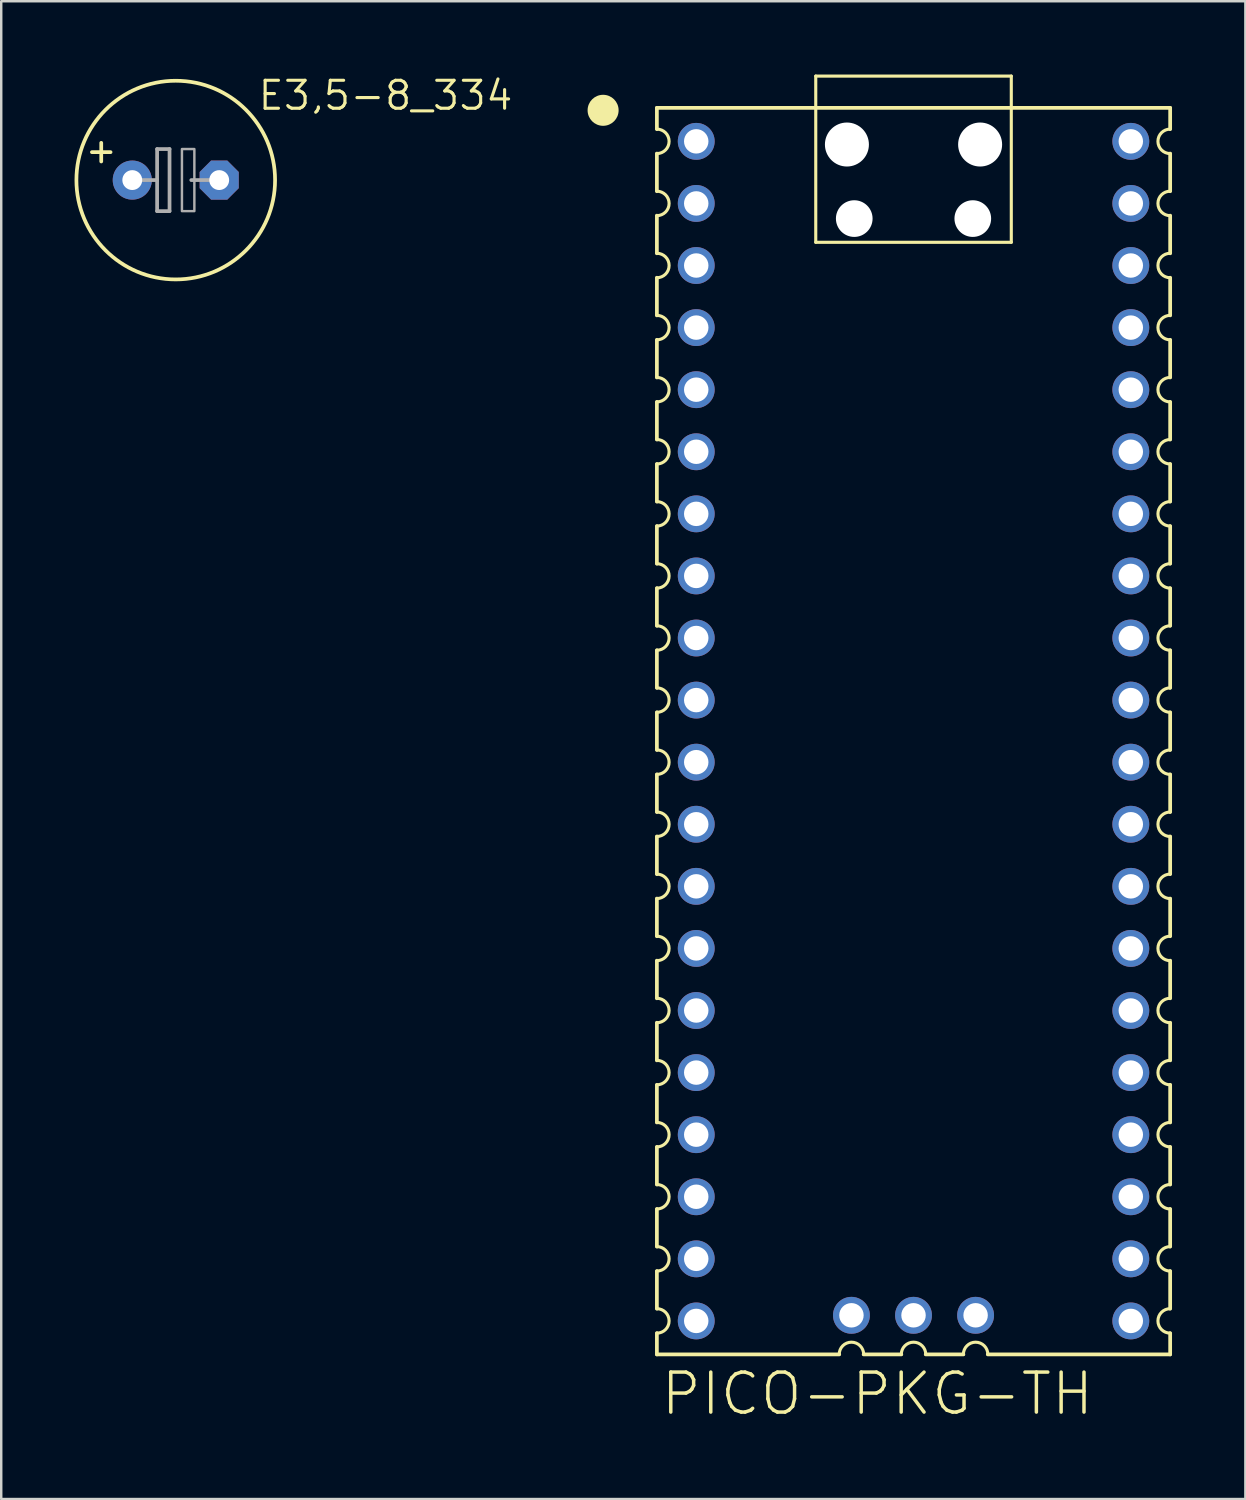
<source format=kicad_pcb>
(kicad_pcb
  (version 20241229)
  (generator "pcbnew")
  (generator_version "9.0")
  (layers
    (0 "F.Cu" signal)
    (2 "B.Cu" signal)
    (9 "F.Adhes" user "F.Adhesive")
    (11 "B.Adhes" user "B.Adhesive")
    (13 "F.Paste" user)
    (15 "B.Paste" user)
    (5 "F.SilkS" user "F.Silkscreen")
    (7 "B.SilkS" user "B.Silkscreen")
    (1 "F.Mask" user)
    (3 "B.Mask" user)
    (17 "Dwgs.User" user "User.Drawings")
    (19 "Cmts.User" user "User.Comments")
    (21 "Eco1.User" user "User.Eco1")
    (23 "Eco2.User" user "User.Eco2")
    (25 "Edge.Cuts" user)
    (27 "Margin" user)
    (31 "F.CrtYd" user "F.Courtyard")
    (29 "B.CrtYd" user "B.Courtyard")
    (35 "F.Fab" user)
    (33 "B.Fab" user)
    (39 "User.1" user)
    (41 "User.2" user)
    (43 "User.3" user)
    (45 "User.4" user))
  (footprint "PICO-PKG-TH"
    (layer "F.Cu")
    (at 34.325 26.863)
    (property "Reference" "PICO-PKG-TH" (at -10.414 28.067 0) (unlocked yes) (layer "F.SilkS") (effects (font (size 1.636 1.636) (thickness 0.142)) (justify left bottom)))
    (fp_line (start -10.5 -25.5) (end -10.5 -24.63) (stroke (width 0.152) (type solid)) (layer "F.SilkS"))
    (fp_line (start -10.5 -25.5) (end 10.5 -25.5) (stroke (width 0.152) (type solid)) (layer "F.SilkS"))
    (fp_line (start -10.5 -23.63) (end -10.5 -22.09) (stroke (width 0.152) (type solid)) (layer "F.SilkS"))
    (fp_line (start -10.5 -21.09) (end -10.5 -19.55) (stroke (width 0.152) (type solid)) (layer "F.SilkS"))
    (fp_line (start -10.5 -18.55) (end -10.5 -17.01) (stroke (width 0.152) (type solid)) (layer "F.SilkS"))
    (fp_line (start -10.5 -16.01) (end -10.5 -14.47) (stroke (width 0.152) (type solid)) (layer "F.SilkS"))
    (fp_line (start -10.5 -13.47) (end -10.5 -11.93) (stroke (width 0.152) (type solid)) (layer "F.SilkS"))
    (fp_line (start -10.5 -10.93) (end -10.5 -9.39) (stroke (width 0.152) (type solid)) (layer "F.SilkS"))
    (fp_line (start -10.5 -8.39) (end -10.5 -6.85) (stroke (width 0.152) (type solid)) (layer "F.SilkS"))
    (fp_line (start -10.5 -5.85) (end -10.5 -4.31) (stroke (width 0.152) (type solid)) (layer "F.SilkS"))
    (fp_line (start -10.5 -3.31) (end -10.5 -1.77) (stroke (width 0.152) (type solid)) (layer "F.SilkS"))
    (fp_line (start -10.5 -0.77) (end -10.5 0.77) (stroke (width 0.152) (type solid)) (layer "F.SilkS"))
    (fp_line (start -10.5 1.77) (end -10.5 3.31) (stroke (width 0.152) (type solid)) (layer "F.SilkS"))
    (fp_line (start -10.5 4.31) (end -10.5 5.85) (stroke (width 0.152) (type solid)) (layer "F.SilkS"))
    (fp_line (start -10.5 6.85) (end -10.5 8.39) (stroke (width 0.152) (type solid)) (layer "F.SilkS"))
    (fp_line (start -10.5 9.39) (end -10.5 10.93) (stroke (width 0.152) (type solid)) (layer "F.SilkS"))
    (fp_line (start -10.5 11.93) (end -10.5 13.47) (stroke (width 0.152) (type solid)) (layer "F.SilkS"))
    (fp_line (start -10.5 14.47) (end -10.5 16.01) (stroke (width 0.152) (type solid)) (layer "F.SilkS"))
    (fp_line (start -10.5 17.01) (end -10.5 18.55) (stroke (width 0.152) (type solid)) (layer "F.SilkS"))
    (fp_line (start -10.5 19.55) (end -10.5 21.09) (stroke (width 0.152) (type solid)) (layer "F.SilkS"))
    (fp_line (start -10.5 22.09) (end -10.5 23.63) (stroke (width 0.152) (type solid)) (layer "F.SilkS"))
    (fp_line (start -10.5 24.63) (end -10.5 25.5) (stroke (width 0.152) (type solid)) (layer "F.SilkS"))
    (fp_line (start -4 -26.8) (end 4 -26.8) (stroke (width 0.127) (type solid)) (layer "F.SilkS"))
    (fp_line (start -4 -20) (end -4 -26.8) (stroke (width 0.127) (type solid)) (layer "F.SilkS"))
    (fp_line (start -3.04 25.5) (end -10.5 25.5) (stroke (width 0.152) (type solid)) (layer "F.SilkS"))
    (fp_line (start -0.5 25.5) (end -2.04 25.5) (stroke (width 0.152) (type solid)) (layer "F.SilkS"))
    (fp_line (start 2.04 25.5) (end 0.5 25.5) (stroke (width 0.152) (type solid)) (layer "F.SilkS"))
    (fp_line (start 4 -26.8) (end 4 -20) (stroke (width 0.127) (type solid)) (layer "F.SilkS"))
    (fp_line (start 4 -20) (end -4 -20) (stroke (width 0.127) (type solid)) (layer "F.SilkS"))
    (fp_line (start 10.5 -24.63) (end 10.5 -25.5) (stroke (width 0.152) (type solid)) (layer "F.SilkS"))
    (fp_line (start 10.5 -22.09) (end 10.5 -23.63) (stroke (width 0.152) (type solid)) (layer "F.SilkS"))
    (fp_line (start 10.5 -19.55) (end 10.5 -21.09) (stroke (width 0.152) (type solid)) (layer "F.SilkS"))
    (fp_line (start 10.5 -17.01) (end 10.5 -18.55) (stroke (width 0.152) (type solid)) (layer "F.SilkS"))
    (fp_line (start 10.5 -14.47) (end 10.5 -16.01) (stroke (width 0.152) (type solid)) (layer "F.SilkS"))
    (fp_line (start 10.5 -11.93) (end 10.5 -13.47) (stroke (width 0.152) (type solid)) (layer "F.SilkS"))
    (fp_line (start 10.5 -9.39) (end 10.5 -10.93) (stroke (width 0.152) (type solid)) (layer "F.SilkS"))
    (fp_line (start 10.5 -6.85) (end 10.5 -8.39) (stroke (width 0.152) (type solid)) (layer "F.SilkS"))
    (fp_line (start 10.5 -4.31) (end 10.5 -5.85) (stroke (width 0.152) (type solid)) (layer "F.SilkS"))
    (fp_line (start 10.5 -1.77) (end 10.5 -3.31) (stroke (width 0.152) (type solid)) (layer "F.SilkS"))
    (fp_line (start 10.5 0.77) (end 10.5 -0.77) (stroke (width 0.152) (type solid)) (layer "F.SilkS"))
    (fp_line (start 10.5 3.31) (end 10.5 1.77) (stroke (width 0.152) (type solid)) (layer "F.SilkS"))
    (fp_line (start 10.5 5.85) (end 10.5 4.31) (stroke (width 0.152) (type solid)) (layer "F.SilkS"))
    (fp_line (start 10.5 8.39) (end 10.5 6.85) (stroke (width 0.152) (type solid)) (layer "F.SilkS"))
    (fp_line (start 10.5 10.93) (end 10.5 9.39) (stroke (width 0.152) (type solid)) (layer "F.SilkS"))
    (fp_line (start 10.5 13.47) (end 10.5 11.93) (stroke (width 0.152) (type solid)) (layer "F.SilkS"))
    (fp_line (start 10.5 16.01) (end 10.5 14.47) (stroke (width 0.152) (type solid)) (layer "F.SilkS"))
    (fp_line (start 10.5 18.55) (end 10.5 17.01) (stroke (width 0.152) (type solid)) (layer "F.SilkS"))
    (fp_line (start 10.5 21.09) (end 10.5 19.55) (stroke (width 0.152) (type solid)) (layer "F.SilkS"))
    (fp_line (start 10.5 23.63) (end 10.5 22.09) (stroke (width 0.152) (type solid)) (layer "F.SilkS"))
    (fp_line (start 10.5 25.5) (end 3.04 25.5) (stroke (width 0.152) (type solid)) (layer "F.SilkS"))
    (fp_line (start 10.5 25.5) (end 10.5 24.63) (stroke (width 0.152) (type solid)) (layer "F.SilkS"))
    (fp_arc (start -10.5 -24.63) (mid -10 -24.13) (end -10.5 -23.63) (stroke (width 0.127) (type solid)) (layer "F.SilkS"))
    (fp_arc (start -10.5 -22.09) (mid -10 -21.59) (end -10.5 -21.09) (stroke (width 0.127) (type solid)) (layer "F.SilkS"))
    (fp_arc (start -10.5 -19.55) (mid -10 -19.05) (end -10.5 -18.55) (stroke (width 0.127) (type solid)) (layer "F.SilkS"))
    (fp_arc (start -10.5 -17.01) (mid -10 -16.51) (end -10.5 -16.01) (stroke (width 0.127) (type solid)) (layer "F.SilkS"))
    (fp_arc (start -10.5 -14.47) (mid -10 -13.97) (end -10.5 -13.47) (stroke (width 0.127) (type solid)) (layer "F.SilkS"))
    (fp_arc (start -10.5 -11.93) (mid -10 -11.43) (end -10.5 -10.93) (stroke (width 0.127) (type solid)) (layer "F.SilkS"))
    (fp_arc (start -10.5 -9.39) (mid -10 -8.89) (end -10.5 -8.39) (stroke (width 0.127) (type solid)) (layer "F.SilkS"))
    (fp_arc (start -10.5 -6.85) (mid -10 -6.35) (end -10.5 -5.85) (stroke (width 0.127) (type solid)) (layer "F.SilkS"))
    (fp_arc (start -10.5 -4.31) (mid -10 -3.81) (end -10.5 -3.31) (stroke (width 0.127) (type solid)) (layer "F.SilkS"))
    (fp_arc (start -10.5 -1.77) (mid -10 -1.27) (end -10.5 -0.77) (stroke (width 0.127) (type solid)) (layer "F.SilkS"))
    (fp_arc (start -10.5 0.77) (mid -10 1.27) (end -10.5 1.77) (stroke (width 0.127) (type solid)) (layer "F.SilkS"))
    (fp_arc (start -10.5 3.31) (mid -10 3.81) (end -10.5 4.31) (stroke (width 0.127) (type solid)) (layer "F.SilkS"))
    (fp_arc (start -10.5 5.85) (mid -10 6.35) (end -10.5 6.85) (stroke (width 0.127) (type solid)) (layer "F.SilkS"))
    (fp_arc (start -10.5 8.39) (mid -10 8.89) (end -10.5 9.39) (stroke (width 0.127) (type solid)) (layer "F.SilkS"))
    (fp_arc (start -10.5 10.93) (mid -10 11.43) (end -10.5 11.93) (stroke (width 0.127) (type solid)) (layer "F.SilkS"))
    (fp_arc (start -10.5 13.47) (mid -10 13.97) (end -10.5 14.47) (stroke (width 0.127) (type solid)) (layer "F.SilkS"))
    (fp_arc (start -10.5 16.01) (mid -10 16.51) (end -10.5 17.01) (stroke (width 0.127) (type solid)) (layer "F.SilkS"))
    (fp_arc (start -10.5 18.55) (mid -10 19.05) (end -10.5 19.55) (stroke (width 0.127) (type solid)) (layer "F.SilkS"))
    (fp_arc (start -10.5 21.09) (mid -10 21.59) (end -10.5 22.09) (stroke (width 0.127) (type solid)) (layer "F.SilkS"))
    (fp_arc (start -10.5 23.63) (mid -10 24.13) (end -10.5 24.63) (stroke (width 0.127) (type solid)) (layer "F.SilkS"))
    (fp_arc (start -3.04 25.5) (mid -2.54 25) (end -2.04 25.5) (stroke (width 0.127) (type solid)) (layer "F.SilkS"))
    (fp_arc (start -0.5 25.5) (mid 0 25) (end 0.5 25.5) (stroke (width 0.127) (type solid)) (layer "F.SilkS"))
    (fp_arc (start 2.04 25.5) (mid 2.54 25) (end 3.04 25.5) (stroke (width 0.127) (type solid)) (layer "F.SilkS"))
    (fp_arc (start 10.5 -23.63) (mid 10 -24.13) (end 10.5 -24.63) (stroke (width 0.127) (type solid)) (layer "F.SilkS"))
    (fp_arc (start 10.5 -21.09) (mid 10 -21.59) (end 10.5 -22.09) (stroke (width 0.127) (type solid)) (layer "F.SilkS"))
    (fp_arc (start 10.5 -18.55) (mid 10 -19.05) (end 10.5 -19.55) (stroke (width 0.127) (type solid)) (layer "F.SilkS"))
    (fp_arc (start 10.5 -16.01) (mid 10 -16.51) (end 10.5 -17.01) (stroke (width 0.127) (type solid)) (layer "F.SilkS"))
    (fp_arc (start 10.5 -13.47) (mid 10 -13.97) (end 10.5 -14.47) (stroke (width 0.127) (type solid)) (layer "F.SilkS"))
    (fp_arc (start 10.5 -10.93) (mid 10 -11.43) (end 10.5 -11.93) (stroke (width 0.127) (type solid)) (layer "F.SilkS"))
    (fp_arc (start 10.5 -8.39) (mid 10 -8.89) (end 10.5 -9.39) (stroke (width 0.127) (type solid)) (layer "F.SilkS"))
    (fp_arc (start 10.5 -5.85) (mid 10 -6.35) (end 10.5 -6.85) (stroke (width 0.127) (type solid)) (layer "F.SilkS"))
    (fp_arc (start 10.5 -3.31) (mid 10 -3.81) (end 10.5 -4.31) (stroke (width 0.127) (type solid)) (layer "F.SilkS"))
    (fp_arc (start 10.5 -0.77) (mid 10 -1.27) (end 10.5 -1.77) (stroke (width 0.127) (type solid)) (layer "F.SilkS"))
    (fp_arc (start 10.5 1.77) (mid 10 1.27) (end 10.5 0.77) (stroke (width 0.127) (type solid)) (layer "F.SilkS"))
    (fp_arc (start 10.5 4.31) (mid 10 3.81) (end 10.5 3.31) (stroke (width 0.127) (type solid)) (layer "F.SilkS"))
    (fp_arc (start 10.5 6.85) (mid 10 6.35) (end 10.5 5.85) (stroke (width 0.127) (type solid)) (layer "F.SilkS"))
    (fp_arc (start 10.5 9.39) (mid 10 8.89) (end 10.5 8.39) (stroke (width 0.127) (type solid)) (layer "F.SilkS"))
    (fp_arc (start 10.5 11.93) (mid 10 11.43) (end 10.5 10.93) (stroke (width 0.127) (type solid)) (layer "F.SilkS"))
    (fp_arc (start 10.5 14.47) (mid 10 13.97) (end 10.5 13.47) (stroke (width 0.127) (type solid)) (layer "F.SilkS"))
    (fp_arc (start 10.5 17.01) (mid 10 16.51) (end 10.5 16.01) (stroke (width 0.127) (type solid)) (layer "F.SilkS"))
    (fp_arc (start 10.5 19.55) (mid 10 19.05) (end 10.5 18.55) (stroke (width 0.127) (type solid)) (layer "F.SilkS"))
    (fp_arc (start 10.5 22.09) (mid 10 21.59) (end 10.5 21.09) (stroke (width 0.127) (type solid)) (layer "F.SilkS"))
    (fp_arc (start 10.5 24.63) (mid 10 24.13) (end 10.5 23.63) (stroke (width 0.127) (type solid)) (layer "F.SilkS"))
    (fp_circle (center -12.7 -25.4) (end -12.383 -25.4) (stroke (width 0.635) (type solid)) (fill yes) (layer "F.SilkS"))
    (pad "" np_thru_hole circle (at -2.725 -24) (size 1.8 1.8) (drill 1.8) (layers "*.Cu" "*.Mask"))
    (pad "" np_thru_hole circle (at -2.425 -20.97) (size 1.5 1.5) (drill 1.5) (layers "*.Cu" "*.Mask"))
    (pad "" np_thru_hole circle (at 2.425 -20.97) (size 1.5 1.5) (drill 1.5) (layers "*.Cu" "*.Mask"))
    (pad "" np_thru_hole circle (at 2.725 -24) (size 1.8 1.8) (drill 1.8) (layers "*.Cu" "*.Mask"))
    (pad "1" thru_hole circle (at -8.89 -24.13) (size 1.508 1.508) (drill 1) (layers "*.Cu" "*.Mask"))
    (pad "2" thru_hole circle (at -8.89 -21.59) (size 1.508 1.508) (drill 1) (layers "*.Cu" "*.Mask"))
    (pad "3" thru_hole circle (at -8.89 -19.05) (size 1.508 1.508) (drill 1) (layers "*.Cu" "*.Mask"))
    (pad "4" thru_hole circle (at -8.89 -16.51) (size 1.508 1.508) (drill 1) (layers "*.Cu" "*.Mask"))
    (pad "5" thru_hole circle (at -8.89 -13.97) (size 1.508 1.508) (drill 1) (layers "*.Cu" "*.Mask"))
    (pad "6" thru_hole circle (at -8.89 -11.43) (size 1.508 1.508) (drill 1) (layers "*.Cu" "*.Mask"))
    (pad "7" thru_hole circle (at -8.89 -8.89) (size 1.508 1.508) (drill 1) (layers "*.Cu" "*.Mask"))
    (pad "8" thru_hole circle (at -8.89 -6.35) (size 1.508 1.508) (drill 1) (layers "*.Cu" "*.Mask"))
    (pad "9" thru_hole circle (at -8.89 -3.81) (size 1.508 1.508) (drill 1) (layers "*.Cu" "*.Mask"))
    (pad "10" thru_hole circle (at -8.89 -1.27) (size 1.508 1.508) (drill 1) (layers "*.Cu" "*.Mask"))
    (pad "11" thru_hole circle (at -8.89 1.27) (size 1.508 1.508) (drill 1) (layers "*.Cu" "*.Mask"))
    (pad "12" thru_hole circle (at -8.89 3.81) (size 1.508 1.508) (drill 1) (layers "*.Cu" "*.Mask"))
    (pad "13" thru_hole circle (at -8.89 6.35) (size 1.508 1.508) (drill 1) (layers "*.Cu" "*.Mask"))
    (pad "14" thru_hole circle (at -8.89 8.89) (size 1.508 1.508) (drill 1) (layers "*.Cu" "*.Mask"))
    (pad "15" thru_hole circle (at -8.89 11.43) (size 1.508 1.508) (drill 1) (layers "*.Cu" "*.Mask"))
    (pad "16" thru_hole circle (at -8.89 13.97) (size 1.508 1.508) (drill 1) (layers "*.Cu" "*.Mask"))
    (pad "17" thru_hole circle (at -8.89 16.51) (size 1.508 1.508) (drill 1) (layers "*.Cu" "*.Mask"))
    (pad "18" thru_hole circle (at -8.89 19.05) (size 1.508 1.508) (drill 1) (layers "*.Cu" "*.Mask"))
    (pad "19" thru_hole circle (at -8.89 21.59) (size 1.508 1.508) (drill 1) (layers "*.Cu" "*.Mask"))
    (pad "20" thru_hole circle (at -8.89 24.13) (size 1.508 1.508) (drill 1) (layers "*.Cu" "*.Mask"))
    (pad "21" thru_hole circle (at 8.89 24.13) (size 1.508 1.508) (drill 1) (layers "*.Cu" "*.Mask"))
    (pad "22" thru_hole circle (at 8.89 21.59) (size 1.508 1.508) (drill 1) (layers "*.Cu" "*.Mask"))
    (pad "23" thru_hole circle (at 8.89 19.05) (size 1.508 1.508) (drill 1) (layers "*.Cu" "*.Mask"))
    (pad "24" thru_hole circle (at 8.89 16.51) (size 1.508 1.508) (drill 1) (layers "*.Cu" "*.Mask"))
    (pad "25" thru_hole circle (at 8.89 13.97) (size 1.508 1.508) (drill 1) (layers "*.Cu" "*.Mask"))
    (pad "26" thru_hole circle (at 8.89 11.43) (size 1.508 1.508) (drill 1) (layers "*.Cu" "*.Mask"))
    (pad "27" thru_hole circle (at 8.89 8.89) (size 1.508 1.508) (drill 1) (layers "*.Cu" "*.Mask"))
    (pad "28" thru_hole circle (at 8.89 6.35) (size 1.508 1.508) (drill 1) (layers "*.Cu" "*.Mask"))
    (pad "29" thru_hole circle (at 8.89 3.81) (size 1.508 1.508) (drill 1) (layers "*.Cu" "*.Mask"))
    (pad "30" thru_hole circle (at 8.89 1.27) (size 1.508 1.508) (drill 1) (layers "*.Cu" "*.Mask"))
    (pad "31" thru_hole circle (at 8.89 -1.27) (size 1.508 1.508) (drill 1) (layers "*.Cu" "*.Mask"))
    (pad "32" thru_hole circle (at 8.89 -3.81) (size 1.508 1.508) (drill 1) (layers "*.Cu" "*.Mask"))
    (pad "33" thru_hole circle (at 8.89 -6.35) (size 1.508 1.508) (drill 1) (layers "*.Cu" "*.Mask"))
    (pad "34" thru_hole circle (at 8.89 -8.89) (size 1.508 1.508) (drill 1) (layers "*.Cu" "*.Mask"))
    (pad "35" thru_hole circle (at 8.89 -11.43) (size 1.508 1.508) (drill 1) (layers "*.Cu" "*.Mask"))
    (pad "36" thru_hole circle (at 8.89 -13.97) (size 1.508 1.508) (drill 1) (layers "*.Cu" "*.Mask"))
    (pad "37" thru_hole circle (at 8.89 -16.51) (size 1.508 1.508) (drill 1) (layers "*.Cu" "*.Mask"))
    (pad "38" thru_hole circle (at 8.89 -19.05) (size 1.508 1.508) (drill 1) (layers "*.Cu" "*.Mask"))
    (pad "39" thru_hole circle (at 8.89 -21.59) (size 1.508 1.508) (drill 1) (layers "*.Cu" "*.Mask"))
    (pad "40" thru_hole circle (at 8.89 -24.13) (size 1.508 1.508) (drill 1) (layers "*.Cu" "*.Mask"))
    (pad "41" thru_hole circle (at -2.54 23.9) (size 1.508 1.508) (drill 1) (layers "*.Cu" "*.Mask"))
    (pad "42" thru_hole circle (at 0 23.9) (size 1.508 1.508) (drill 1) (layers "*.Cu" "*.Mask"))
    (pad "43" thru_hole circle (at 2.54 23.9) (size 1.508 1.508) (drill 1) (layers "*.Cu" "*.Mask"))
    (zone (net_name "") (layer "F.Cu") (hatch edge 0.5) (connect_pads) (min_thickness 0.25) (filled_areas_thickness no) (keepout (tracks not_allowed) (vias not_allowed) (pads not_allowed) (copperpour not_allowed) (footprints allowed)) (placement (enabled no)) (fill) (polygon (pts (xy 30.625 1.964) (xy 38.025 1.964) (xy 38.025 6.663) (xy 30.625 6.663))))
    (zone (net_name "") (layer "F.Cu") (hatch edge 0.5) (connect_pads) (min_thickness 0.25) (filled_areas_thickness no) (keepout (tracks not_allowed) (vias not_allowed) (pads not_allowed) (copperpour not_allowed) (footprints allowed)) (placement (enabled no)) (fill) (polygon (pts (xy 30.825 8.364) (xy 32.825 8.364) (xy 32.825 10.364) (xy 30.825 10.364))))
    (zone (net_name "") (layer "F.Cu") (hatch edge 0.5) (connect_pads) (min_thickness 0.25) (filled_areas_thickness no) (keepout (tracks not_allowed) (vias not_allowed) (pads not_allowed) (copperpour not_allowed) (footprints allowed)) (placement (enabled no)) (fill) (polygon (pts (xy 30.825 10.864) (xy 32.825 10.864) (xy 32.825 12.864) (xy 30.825 12.864))))
    (zone (net_name "") (layer "F.Cu") (hatch edge 0.5) (connect_pads) (min_thickness 0.25) (filled_areas_thickness no) (keepout (tracks not_allowed) (vias not_allowed) (pads not_allowed) (copperpour not_allowed) (footprints allowed)) (placement (enabled no)) (fill) (polygon (pts (xy 30.825 13.364) (xy 32.825 13.364) (xy 32.825 15.364) (xy 30.825 15.364)))))
  (footprint "E3,5-8_334"
    (layer "F.Cu")
    (at 4.14 4.318)
    (property "Reference" "E3,5-8_334" (at 3.302 -2.794 0) (unlocked yes) (layer "F.SilkS") (effects (font (size 1.143 1.143) (thickness 0.127)) (justify left bottom)))
    (fp_line (start -3.429 -1.143) (end -2.667 -1.143) (stroke (width 0.152) (type solid)) (layer "F.SilkS"))
    (fp_line (start -3.048 -0.762) (end -3.048 -1.524) (stroke (width 0.152) (type solid)) (layer "F.SilkS"))
    (fp_circle (center 0 0) (end 4.064 0) (stroke (width 0.152) (type solid)) (fill no) (layer "F.SilkS"))
    (fp_line (start -1.651 0) (end -0.762 0) (stroke (width 0.152) (type solid)) (layer "F.Fab"))
    (fp_line (start -0.762 -1.27) (end -0.762 0) (stroke (width 0.152) (type solid)) (layer "F.Fab"))
    (fp_line (start -0.762 0) (end -0.762 1.27) (stroke (width 0.152) (type solid)) (layer "F.Fab"))
    (fp_line (start -0.762 1.27) (end -0.254 1.27) (stroke (width 0.152) (type solid)) (layer "F.Fab"))
    (fp_line (start -0.254 -1.27) (end -0.762 -1.27) (stroke (width 0.152) (type solid)) (layer "F.Fab"))
    (fp_line (start -0.254 1.27) (end -0.254 -1.27) (stroke (width 0.152) (type solid)) (layer "F.Fab"))
    (fp_line (start 0.635 0) (end 1.651 0) (stroke (width 0.152) (type solid)) (layer "F.Fab"))
    (fp_poly (pts (xy 0.254 1.27) (xy 0.762 1.27) (xy 0.762 -1.27) (xy 0.254 -1.27)) (stroke (width 0.1) (type default)) (fill no) (layer "F.Fab"))
    (pad "+" thru_hole circle (at -1.778 0) (size 1.6 1.6) (drill 0.813) (layers "*.Cu" "*.Mask"))
    (pad "-" thru_hole roundrect (at 1.778 0) (size 1.6 1.6) (drill 0.813) (layers "*.Cu" "*.Mask") (roundrect_rratio 0.25) (chamfer_ratio 0.293) (chamfer top_left top_right bottom_left bottom_right)))
  (gr_rect
    (start -3 -3)
    (end 47.902 58.281)
    (stroke (width 0.1) (type default))
    (fill no)
    (layer "Edge.Cuts")))
</source>
